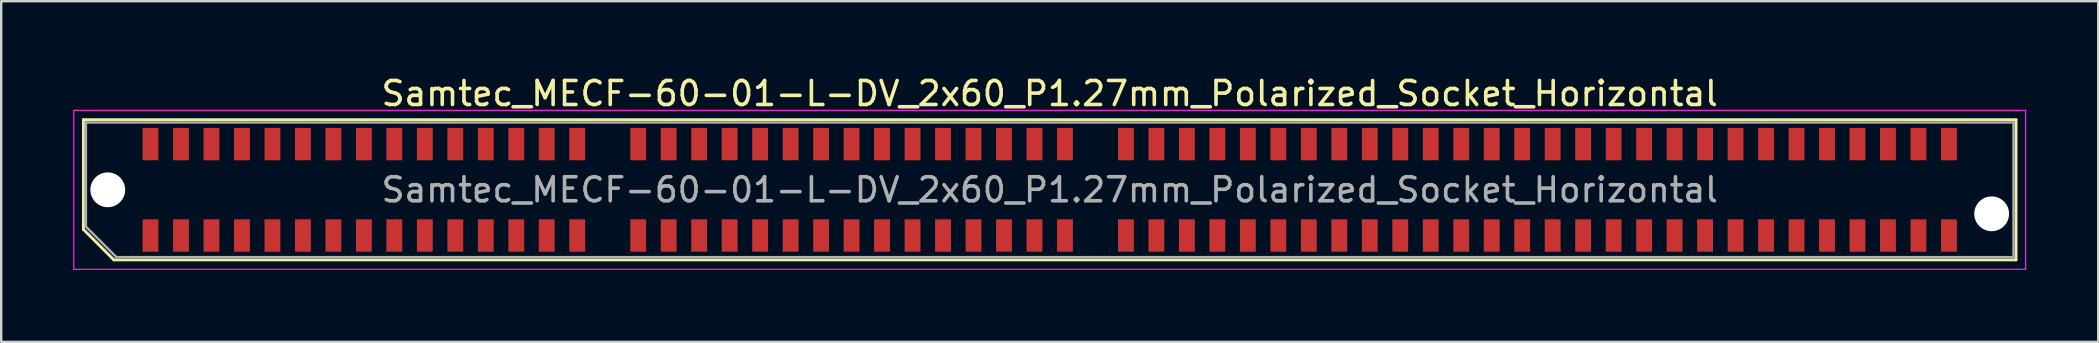
<source format=kicad_pcb>
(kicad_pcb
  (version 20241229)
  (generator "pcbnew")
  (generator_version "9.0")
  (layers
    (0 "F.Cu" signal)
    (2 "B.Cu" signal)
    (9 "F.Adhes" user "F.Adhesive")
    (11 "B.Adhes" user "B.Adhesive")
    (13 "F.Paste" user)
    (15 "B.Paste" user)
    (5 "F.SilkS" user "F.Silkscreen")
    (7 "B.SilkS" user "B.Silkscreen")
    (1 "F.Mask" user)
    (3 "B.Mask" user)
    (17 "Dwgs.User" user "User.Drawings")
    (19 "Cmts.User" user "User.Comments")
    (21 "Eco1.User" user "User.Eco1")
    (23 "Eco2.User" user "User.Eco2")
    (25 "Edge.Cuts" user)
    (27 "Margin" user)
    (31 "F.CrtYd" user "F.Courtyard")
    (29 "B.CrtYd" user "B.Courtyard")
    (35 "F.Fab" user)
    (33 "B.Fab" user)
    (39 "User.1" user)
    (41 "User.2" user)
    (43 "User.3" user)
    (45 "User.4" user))
  (footprint "Samtec_MECF-60-01-L-DV_2x60_P1.27mm_Polarized_Socket_Horizontal"
    (layer "F.Cu")
    (at 40.685 4.858)
    (property "Reference" "Samtec_MECF-60-01-L-DV_2x60_P1.27mm_Polarized_Socket_Horizontal" (at 0 -4.01 0) (layer "F.SilkS") (effects (font (size 1 1) (thickness 0.15))))
    (attr smd)
    (fp_line (start -40.26 -2.92) (end 40.26 -2.92) (stroke (width 0.12) (type solid)) (layer "F.SilkS"))
    (fp_line (start -40.26 1.65) (end -40.26 -2.92) (stroke (width 0.12) (type solid)) (layer "F.SilkS"))
    (fp_line (start -38.99 2.92) (end -40.26 1.65) (stroke (width 0.12) (type solid)) (layer "F.SilkS"))
    (fp_line (start -38.99 2.92) (end 40.26 2.92) (stroke (width 0.12) (type solid)) (layer "F.SilkS"))
    (fp_line (start 40.26 2.92) (end 40.26 -2.92) (stroke (width 0.12) (type solid)) (layer "F.SilkS"))
    (fp_line (start -40.66 -3.31) (end -40.66 3.31) (stroke (width 0.05) (type solid)) (layer "F.CrtYd"))
    (fp_line (start -40.66 3.31) (end 40.66 3.31) (stroke (width 0.05) (type solid)) (layer "F.CrtYd"))
    (fp_line (start 40.66 -3.31) (end -40.66 -3.31) (stroke (width 0.05) (type solid)) (layer "F.CrtYd"))
    (fp_line (start 40.66 3.31) (end 40.66 -3.31) (stroke (width 0.05) (type solid)) (layer "F.CrtYd"))
    (fp_line (start -40.155 -2.805) (end 40.155 -2.805) (stroke (width 0.1) (type solid)) (layer "F.Fab"))
    (fp_line (start -40.155 1.535) (end -40.155 -2.805) (stroke (width 0.1) (type solid)) (layer "F.Fab"))
    (fp_line (start -40.155 1.535) (end -38.885 2.805) (stroke (width 0.1) (type solid)) (layer "F.Fab"))
    (fp_line (start -38.885 2.805) (end 40.155 2.805) (stroke (width 0.1) (type solid)) (layer "F.Fab"))
    (fp_line (start 40.155 2.805) (end 40.155 -2.805) (stroke (width 0.1) (type solid)) (layer "F.Fab"))
    (fp_text user "${REFERENCE}" (at 0 0 0) (layer "F.Fab") (effects (font (size 1 1) (thickness 0.15))))
    (pad "" np_thru_hole circle (at -39.245 0) (size 1.45 1.45) (drill 1.45) (layers "*.Cu" "*.Mask"))
    (pad "" np_thru_hole circle (at 39.245 1) (size 1.45 1.45) (drill 1.45) (layers "*.Cu" "*.Mask"))
    (pad "1" smd rect (at -37.465 1.905) (size 0.66 1.35) (layers "F.Cu" "F.Mask" "F.Paste"))
    (pad "2" smd rect (at -37.465 -1.905) (size 0.66 1.35) (layers "F.Cu" "F.Mask" "F.Paste"))
    (pad "3" smd rect (at -36.195 1.905) (size 0.66 1.35) (layers "F.Cu" "F.Mask" "F.Paste"))
    (pad "4" smd rect (at -36.195 -1.905) (size 0.66 1.35) (layers "F.Cu" "F.Mask" "F.Paste"))
    (pad "5" smd rect (at -34.925 1.905) (size 0.66 1.35) (layers "F.Cu" "F.Mask" "F.Paste"))
    (pad "6" smd rect (at -34.925 -1.905) (size 0.66 1.35) (layers "F.Cu" "F.Mask" "F.Paste"))
    (pad "7" smd rect (at -33.655 1.905) (size 0.66 1.35) (layers "F.Cu" "F.Mask" "F.Paste"))
    (pad "8" smd rect (at -33.655 -1.905) (size 0.66 1.35) (layers "F.Cu" "F.Mask" "F.Paste"))
    (pad "9" smd rect (at -32.385 1.905) (size 0.66 1.35) (layers "F.Cu" "F.Mask" "F.Paste"))
    (pad "10" smd rect (at -32.385 -1.905) (size 0.66 1.35) (layers "F.Cu" "F.Mask" "F.Paste"))
    (pad "11" smd rect (at -31.115 1.905) (size 0.66 1.35) (layers "F.Cu" "F.Mask" "F.Paste"))
    (pad "12" smd rect (at -31.115 -1.905) (size 0.66 1.35) (layers "F.Cu" "F.Mask" "F.Paste"))
    (pad "13" smd rect (at -29.845 1.905) (size 0.66 1.35) (layers "F.Cu" "F.Mask" "F.Paste"))
    (pad "14" smd rect (at -29.845 -1.905) (size 0.66 1.35) (layers "F.Cu" "F.Mask" "F.Paste"))
    (pad "15" smd rect (at -28.575 1.905) (size 0.66 1.35) (layers "F.Cu" "F.Mask" "F.Paste"))
    (pad "16" smd rect (at -28.575 -1.905) (size 0.66 1.35) (layers "F.Cu" "F.Mask" "F.Paste"))
    (pad "17" smd rect (at -27.305 1.905) (size 0.66 1.35) (layers "F.Cu" "F.Mask" "F.Paste"))
    (pad "18" smd rect (at -27.305 -1.905) (size 0.66 1.35) (layers "F.Cu" "F.Mask" "F.Paste"))
    (pad "19" smd rect (at -26.035 1.905) (size 0.66 1.35) (layers "F.Cu" "F.Mask" "F.Paste"))
    (pad "20" smd rect (at -26.035 -1.905) (size 0.66 1.35) (layers "F.Cu" "F.Mask" "F.Paste"))
    (pad "21" smd rect (at -24.765 1.905) (size 0.66 1.35) (layers "F.Cu" "F.Mask" "F.Paste"))
    (pad "22" smd rect (at -24.765 -1.905) (size 0.66 1.35) (layers "F.Cu" "F.Mask" "F.Paste"))
    (pad "23" smd rect (at -23.495 1.905) (size 0.66 1.35) (layers "F.Cu" "F.Mask" "F.Paste"))
    (pad "24" smd rect (at -23.495 -1.905) (size 0.66 1.35) (layers "F.Cu" "F.Mask" "F.Paste"))
    (pad "25" smd rect (at -22.225 1.905) (size 0.66 1.35) (layers "F.Cu" "F.Mask" "F.Paste"))
    (pad "26" smd rect (at -22.225 -1.905) (size 0.66 1.35) (layers "F.Cu" "F.Mask" "F.Paste"))
    (pad "27" smd rect (at -20.955 1.905) (size 0.66 1.35) (layers "F.Cu" "F.Mask" "F.Paste"))
    (pad "28" smd rect (at -20.955 -1.905) (size 0.66 1.35) (layers "F.Cu" "F.Mask" "F.Paste"))
    (pad "29" smd rect (at -19.685 1.905) (size 0.66 1.35) (layers "F.Cu" "F.Mask" "F.Paste"))
    (pad "30" smd rect (at -19.685 -1.905) (size 0.66 1.35) (layers "F.Cu" "F.Mask" "F.Paste"))
    (pad "33" smd rect (at -17.145 1.905) (size 0.66 1.35) (layers "F.Cu" "F.Mask" "F.Paste"))
    (pad "34" smd rect (at -17.145 -1.905) (size 0.66 1.35) (layers "F.Cu" "F.Mask" "F.Paste"))
    (pad "35" smd rect (at -15.875 1.905) (size 0.66 1.35) (layers "F.Cu" "F.Mask" "F.Paste"))
    (pad "36" smd rect (at -15.875 -1.905) (size 0.66 1.35) (layers "F.Cu" "F.Mask" "F.Paste"))
    (pad "37" smd rect (at -14.605 1.905) (size 0.66 1.35) (layers "F.Cu" "F.Mask" "F.Paste"))
    (pad "38" smd rect (at -14.605 -1.905) (size 0.66 1.35) (layers "F.Cu" "F.Mask" "F.Paste"))
    (pad "39" smd rect (at -13.335 1.905) (size 0.66 1.35) (layers "F.Cu" "F.Mask" "F.Paste"))
    (pad "40" smd rect (at -13.335 -1.905) (size 0.66 1.35) (layers "F.Cu" "F.Mask" "F.Paste"))
    (pad "41" smd rect (at -12.065 1.905) (size 0.66 1.35) (layers "F.Cu" "F.Mask" "F.Paste"))
    (pad "42" smd rect (at -12.065 -1.905) (size 0.66 1.35) (layers "F.Cu" "F.Mask" "F.Paste"))
    (pad "43" smd rect (at -10.795 1.905) (size 0.66 1.35) (layers "F.Cu" "F.Mask" "F.Paste"))
    (pad "44" smd rect (at -10.795 -1.905) (size 0.66 1.35) (layers "F.Cu" "F.Mask" "F.Paste"))
    (pad "45" smd rect (at -9.525 1.905) (size 0.66 1.35) (layers "F.Cu" "F.Mask" "F.Paste"))
    (pad "46" smd rect (at -9.525 -1.905) (size 0.66 1.35) (layers "F.Cu" "F.Mask" "F.Paste"))
    (pad "47" smd rect (at -8.255 1.905) (size 0.66 1.35) (layers "F.Cu" "F.Mask" "F.Paste"))
    (pad "48" smd rect (at -8.255 -1.905) (size 0.66 1.35) (layers "F.Cu" "F.Mask" "F.Paste"))
    (pad "49" smd rect (at -6.985 1.905) (size 0.66 1.35) (layers "F.Cu" "F.Mask" "F.Paste"))
    (pad "50" smd rect (at -6.985 -1.905) (size 0.66 1.35) (layers "F.Cu" "F.Mask" "F.Paste"))
    (pad "51" smd rect (at -5.715 1.905) (size 0.66 1.35) (layers "F.Cu" "F.Mask" "F.Paste"))
    (pad "52" smd rect (at -5.715 -1.905) (size 0.66 1.35) (layers "F.Cu" "F.Mask" "F.Paste"))
    (pad "53" smd rect (at -4.445 1.905) (size 0.66 1.35) (layers "F.Cu" "F.Mask" "F.Paste"))
    (pad "54" smd rect (at -4.445 -1.905) (size 0.66 1.35) (layers "F.Cu" "F.Mask" "F.Paste"))
    (pad "55" smd rect (at -3.175 1.905) (size 0.66 1.35) (layers "F.Cu" "F.Mask" "F.Paste"))
    (pad "56" smd rect (at -3.175 -1.905) (size 0.66 1.35) (layers "F.Cu" "F.Mask" "F.Paste"))
    (pad "57" smd rect (at -1.905 1.905) (size 0.66 1.35) (layers "F.Cu" "F.Mask" "F.Paste"))
    (pad "58" smd rect (at -1.905 -1.905) (size 0.66 1.35) (layers "F.Cu" "F.Mask" "F.Paste"))
    (pad "59" smd rect (at -0.635 1.905) (size 0.66 1.35) (layers "F.Cu" "F.Mask" "F.Paste"))
    (pad "60" smd rect (at -0.635 -1.905) (size 0.66 1.35) (layers "F.Cu" "F.Mask" "F.Paste"))
    (pad "61" smd rect (at 0.635 1.905) (size 0.66 1.35) (layers "F.Cu" "F.Mask" "F.Paste"))
    (pad "62" smd rect (at 0.635 -1.905) (size 0.66 1.35) (layers "F.Cu" "F.Mask" "F.Paste"))
    (pad "65" smd rect (at 3.175 1.905) (size 0.66 1.35) (layers "F.Cu" "F.Mask" "F.Paste"))
    (pad "66" smd rect (at 3.175 -1.905) (size 0.66 1.35) (layers "F.Cu" "F.Mask" "F.Paste"))
    (pad "67" smd rect (at 4.445 1.905) (size 0.66 1.35) (layers "F.Cu" "F.Mask" "F.Paste"))
    (pad "68" smd rect (at 4.445 -1.905) (size 0.66 1.35) (layers "F.Cu" "F.Mask" "F.Paste"))
    (pad "69" smd rect (at 5.715 1.905) (size 0.66 1.35) (layers "F.Cu" "F.Mask" "F.Paste"))
    (pad "70" smd rect (at 5.715 -1.905) (size 0.66 1.35) (layers "F.Cu" "F.Mask" "F.Paste"))
    (pad "71" smd rect (at 6.985 1.905) (size 0.66 1.35) (layers "F.Cu" "F.Mask" "F.Paste"))
    (pad "72" smd rect (at 6.985 -1.905) (size 0.66 1.35) (layers "F.Cu" "F.Mask" "F.Paste"))
    (pad "73" smd rect (at 8.255 1.905) (size 0.66 1.35) (layers "F.Cu" "F.Mask" "F.Paste"))
    (pad "74" smd rect (at 8.255 -1.905) (size 0.66 1.35) (layers "F.Cu" "F.Mask" "F.Paste"))
    (pad "75" smd rect (at 9.525 1.905) (size 0.66 1.35) (layers "F.Cu" "F.Mask" "F.Paste"))
    (pad "76" smd rect (at 9.525 -1.905) (size 0.66 1.35) (layers "F.Cu" "F.Mask" "F.Paste"))
    (pad "77" smd rect (at 10.795 1.905) (size 0.66 1.35) (layers "F.Cu" "F.Mask" "F.Paste"))
    (pad "78" smd rect (at 10.795 -1.905) (size 0.66 1.35) (layers "F.Cu" "F.Mask" "F.Paste"))
    (pad "79" smd rect (at 12.065 1.905) (size 0.66 1.35) (layers "F.Cu" "F.Mask" "F.Paste"))
    (pad "80" smd rect (at 12.065 -1.905) (size 0.66 1.35) (layers "F.Cu" "F.Mask" "F.Paste"))
    (pad "81" smd rect (at 13.335 1.905) (size 0.66 1.35) (layers "F.Cu" "F.Mask" "F.Paste"))
    (pad "82" smd rect (at 13.335 -1.905) (size 0.66 1.35) (layers "F.Cu" "F.Mask" "F.Paste"))
    (pad "83" smd rect (at 14.605 1.905) (size 0.66 1.35) (layers "F.Cu" "F.Mask" "F.Paste"))
    (pad "84" smd rect (at 14.605 -1.905) (size 0.66 1.35) (layers "F.Cu" "F.Mask" "F.Paste"))
    (pad "85" smd rect (at 15.875 1.905) (size 0.66 1.35) (layers "F.Cu" "F.Mask" "F.Paste"))
    (pad "86" smd rect (at 15.875 -1.905) (size 0.66 1.35) (layers "F.Cu" "F.Mask" "F.Paste"))
    (pad "87" smd rect (at 17.145 1.905) (size 0.66 1.35) (layers "F.Cu" "F.Mask" "F.Paste"))
    (pad "88" smd rect (at 17.145 -1.905) (size 0.66 1.35) (layers "F.Cu" "F.Mask" "F.Paste"))
    (pad "89" smd rect (at 18.415 1.905) (size 0.66 1.35) (layers "F.Cu" "F.Mask" "F.Paste"))
    (pad "90" smd rect (at 18.415 -1.905) (size 0.66 1.35) (layers "F.Cu" "F.Mask" "F.Paste"))
    (pad "91" smd rect (at 19.685 1.905) (size 0.66 1.35) (layers "F.Cu" "F.Mask" "F.Paste"))
    (pad "92" smd rect (at 19.685 -1.905) (size 0.66 1.35) (layers "F.Cu" "F.Mask" "F.Paste"))
    (pad "93" smd rect (at 20.955 1.905) (size 0.66 1.35) (layers "F.Cu" "F.Mask" "F.Paste"))
    (pad "94" smd rect (at 20.955 -1.905) (size 0.66 1.35) (layers "F.Cu" "F.Mask" "F.Paste"))
    (pad "95" smd rect (at 22.225 1.905) (size 0.66 1.35) (layers "F.Cu" "F.Mask" "F.Paste"))
    (pad "96" smd rect (at 22.225 -1.905) (size 0.66 1.35) (layers "F.Cu" "F.Mask" "F.Paste"))
    (pad "97" smd rect (at 23.495 1.905) (size 0.66 1.35) (layers "F.Cu" "F.Mask" "F.Paste"))
    (pad "98" smd rect (at 23.495 -1.905) (size 0.66 1.35) (layers "F.Cu" "F.Mask" "F.Paste"))
    (pad "99" smd rect (at 24.765 1.905) (size 0.66 1.35) (layers "F.Cu" "F.Mask" "F.Paste"))
    (pad "100" smd rect (at 24.765 -1.905) (size 0.66 1.35) (layers "F.Cu" "F.Mask" "F.Paste"))
    (pad "101" smd rect (at 26.035 1.905) (size 0.66 1.35) (layers "F.Cu" "F.Mask" "F.Paste"))
    (pad "102" smd rect (at 26.035 -1.905) (size 0.66 1.35) (layers "F.Cu" "F.Mask" "F.Paste"))
    (pad "103" smd rect (at 27.305 1.905) (size 0.66 1.35) (layers "F.Cu" "F.Mask" "F.Paste"))
    (pad "104" smd rect (at 27.305 -1.905) (size 0.66 1.35) (layers "F.Cu" "F.Mask" "F.Paste"))
    (pad "105" smd rect (at 28.575 1.905) (size 0.66 1.35) (layers "F.Cu" "F.Mask" "F.Paste"))
    (pad "106" smd rect (at 28.575 -1.905) (size 0.66 1.35) (layers "F.Cu" "F.Mask" "F.Paste"))
    (pad "107" smd rect (at 29.845 1.905) (size 0.66 1.35) (layers "F.Cu" "F.Mask" "F.Paste"))
    (pad "108" smd rect (at 29.845 -1.905) (size 0.66 1.35) (layers "F.Cu" "F.Mask" "F.Paste"))
    (pad "109" smd rect (at 31.115 1.905) (size 0.66 1.35) (layers "F.Cu" "F.Mask" "F.Paste"))
    (pad "110" smd rect (at 31.115 -1.905) (size 0.66 1.35) (layers "F.Cu" "F.Mask" "F.Paste"))
    (pad "111" smd rect (at 32.385 1.905) (size 0.66 1.35) (layers "F.Cu" "F.Mask" "F.Paste"))
    (pad "112" smd rect (at 32.385 -1.905) (size 0.66 1.35) (layers "F.Cu" "F.Mask" "F.Paste"))
    (pad "113" smd rect (at 33.655 1.905) (size 0.66 1.35) (layers "F.Cu" "F.Mask" "F.Paste"))
    (pad "114" smd rect (at 33.655 -1.905) (size 0.66 1.35) (layers "F.Cu" "F.Mask" "F.Paste"))
    (pad "115" smd rect (at 34.925 1.905) (size 0.66 1.35) (layers "F.Cu" "F.Mask" "F.Paste"))
    (pad "116" smd rect (at 34.925 -1.905) (size 0.66 1.35) (layers "F.Cu" "F.Mask" "F.Paste"))
    (pad "117" smd rect (at 36.195 1.905) (size 0.66 1.35) (layers "F.Cu" "F.Mask" "F.Paste"))
    (pad "118" smd rect (at 36.195 -1.905) (size 0.66 1.35) (layers "F.Cu" "F.Mask" "F.Paste"))
    (pad "119" smd rect (at 37.465 1.905) (size 0.66 1.35) (layers "F.Cu" "F.Mask" "F.Paste"))
    (pad "120" smd rect (at 37.465 -1.905) (size 0.66 1.35) (layers "F.Cu" "F.Mask" "F.Paste")))
  (gr_rect
    (start -3 -3)
    (end 84.37 11.193)
    (stroke (width 0.1) (type default))
    (fill no)
    (layer "Edge.Cuts")))
</source>
